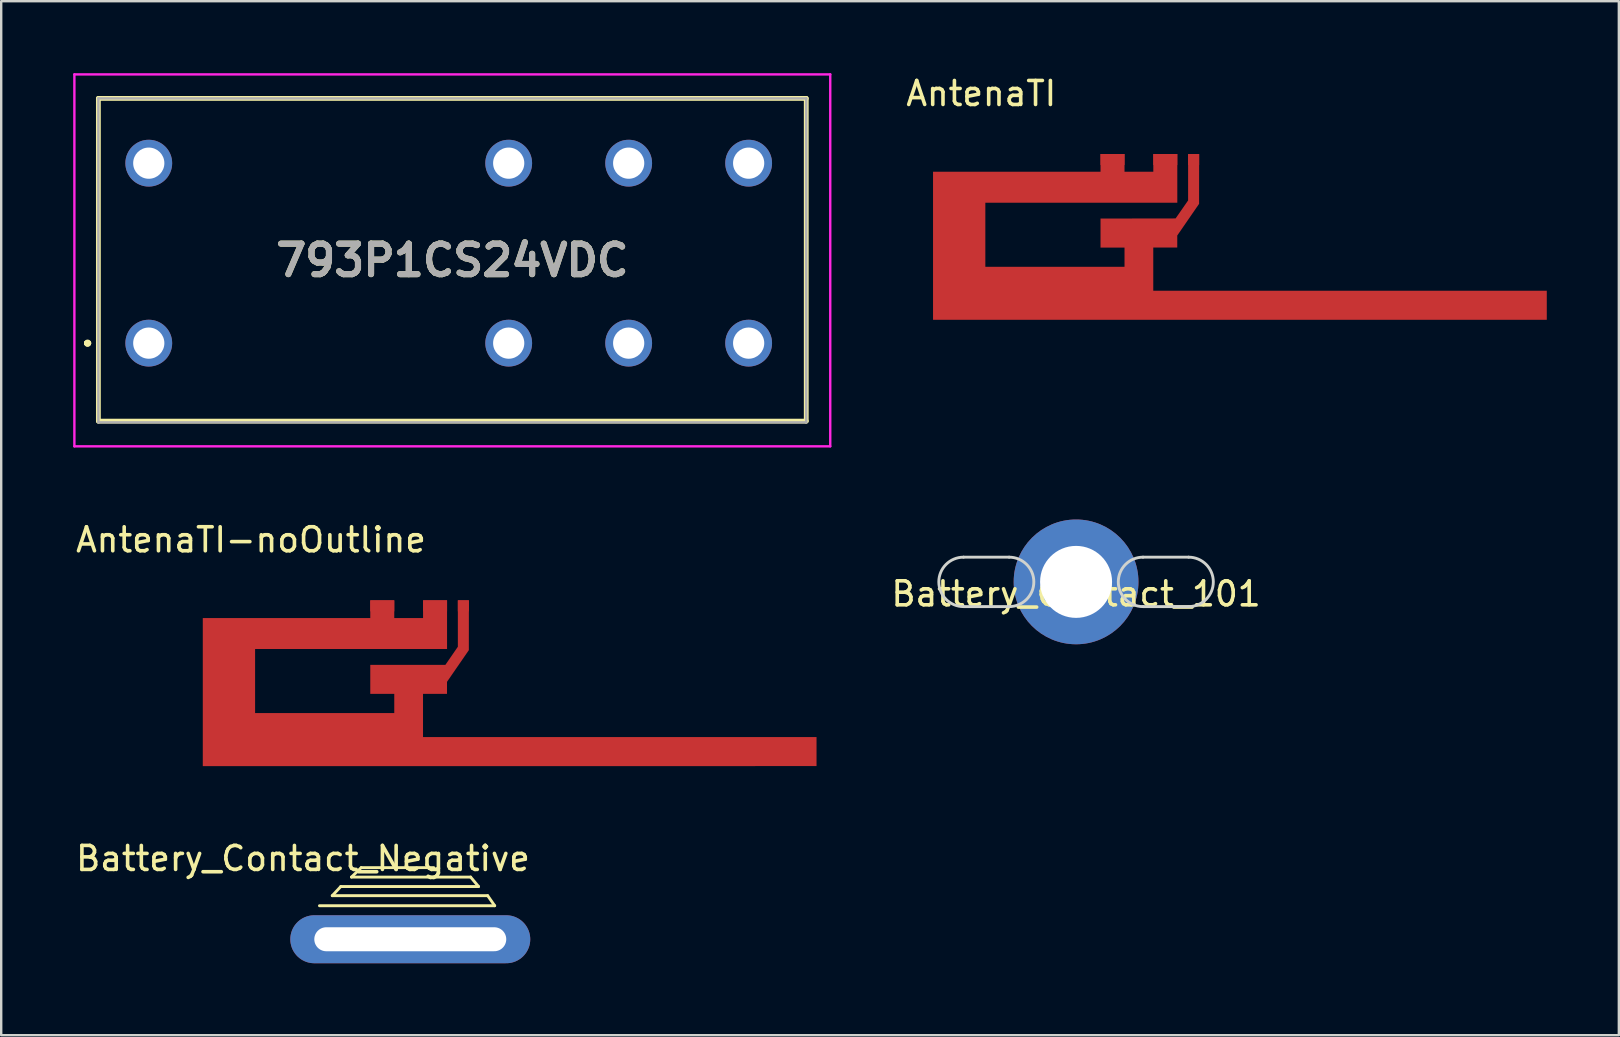
<source format=kicad_pcb>
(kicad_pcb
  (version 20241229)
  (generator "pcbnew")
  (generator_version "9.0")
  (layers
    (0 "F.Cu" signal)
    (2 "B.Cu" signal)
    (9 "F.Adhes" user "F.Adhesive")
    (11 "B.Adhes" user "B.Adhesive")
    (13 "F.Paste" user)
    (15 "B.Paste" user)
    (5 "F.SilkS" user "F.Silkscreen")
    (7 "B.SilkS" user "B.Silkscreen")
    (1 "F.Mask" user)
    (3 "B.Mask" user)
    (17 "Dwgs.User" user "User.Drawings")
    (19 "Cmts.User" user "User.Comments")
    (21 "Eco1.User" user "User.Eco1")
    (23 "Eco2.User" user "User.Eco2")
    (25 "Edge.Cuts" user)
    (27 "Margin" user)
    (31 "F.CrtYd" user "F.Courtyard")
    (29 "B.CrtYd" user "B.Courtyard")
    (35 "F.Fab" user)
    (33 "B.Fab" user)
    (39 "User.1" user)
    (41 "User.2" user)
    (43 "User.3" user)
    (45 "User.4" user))
  (footprint "AntenaTI-noOutline"
    (layer "F.Cu")
    (at 13.961 26.598)
    (property "Reference" "AntenaTI-noOutline" (at -6.55 -7.15 0) (layer "F.SilkS") (effects (font (size 1 1) (thickness 0.15))))
    (attr through_hole)
    (fp_poly (pts (xy -0.58 -4.63) (xy -0.58 -3.89) (xy 0.62 -3.89) (xy 0.62 -4.63) (xy 1.62 -4.63) (xy 1.62 -2.6) (xy -6.38 -2.6) (xy -6.38 0.07) (xy -0.58 0.07) (xy -0.58 -0.73) (xy -1.58 -0.73) (xy -1.58 -1.94) (xy 1.55 -1.94) (xy 2.07 -2.695) (xy 2.07 -4.63) (xy 2.53 -4.63) (xy 2.528 -2.553) (xy 1.618 -1.233) (xy 1.618 -0.731) (xy 0.618 -0.731) (xy 0.618 1.069) (xy 17.018 1.069) (xy 17.018 2.279) (xy -8.56 2.28) (xy -8.56 -3.89) (xy -1.58 -3.89) (xy -1.58 -4.63)) (stroke (width 0.001) (type solid)) (fill yes) (layer "F.Cu"))
    (pad "1" smd rect (at 2.3 -4.4) (size 0.46 0.46) (layers "F.Cu"))
    (pad "2" smd rect (at 1.12 -4.4) (size 1 0.46) (layers "F.Cu"))
    (pad "3" smd rect (at -1.08 -4.4) (size 1 0.46) (layers "F.Cu")))
  (footprint "Battery_Contact_101"
    (layer "F.Cu")
    (at 41.795 21.2)
    (property "Reference" "Battery_Contact_101" (at 0 0.5 0) (layer "F.SilkS") (effects (font (size 1 1) (thickness 0.15))))
    (attr through_hole)
    (fp_line (start -2.79 -1.03) (end -4.69 -1.03) (stroke (width 0.12) (type solid)) (layer "Edge.Cuts"))
    (fp_line (start -2.79 1.03) (end -4.69 1.03) (stroke (width 0.12) (type solid)) (layer "Edge.Cuts"))
    (fp_line (start 4.69 -1.03) (end 2.79 -1.03) (stroke (width 0.12) (type solid)) (layer "Edge.Cuts"))
    (fp_line (start 4.69 1.03) (end 2.79 1.03) (stroke (width 0.12) (type solid)) (layer "Edge.Cuts"))
    (fp_arc (start -4.69 1.03) (mid -5.72 0) (end -4.69 -1.03) (stroke (width 0.12) (type solid)) (layer "Edge.Cuts"))
    (fp_arc (start -2.79 -1.03) (mid -1.76 0) (end -2.79 1.03) (stroke (width 0.12) (type solid)) (layer "Edge.Cuts"))
    (fp_arc (start 2.79 1.03) (mid 1.76 0) (end 2.79 -1.03) (stroke (width 0.12) (type solid)) (layer "Edge.Cuts"))
    (fp_arc (start 4.69 -1.03) (mid 5.72 0) (end 4.69 1.03) (stroke (width 0.12) (type solid)) (layer "Edge.Cuts"))
    (pad "1" thru_hole circle (at 0 0) (size 5.2 5.2) (drill 3) (layers "*.Cu" "*.Mask")))
  (footprint "Battery_Contact_Negative"
    (layer "F.Cu")
    (at 14.048 36.093)
    (property "Reference" "Battery_Contact_Negative" (at -4.47 -3.365 0) (layer "F.SilkS") (effects (font (size 1 1) (thickness 0.15))))
    (attr through_hole)
    (fp_line (start -3.785 -1.397) (end 3.518 -1.397) (stroke (width 0.12) (type solid)) (layer "F.SilkS"))
    (fp_line (start -3.251 -1.816) (end -2.896 -2.197) (stroke (width 0.12) (type solid)) (layer "F.SilkS"))
    (fp_line (start -2.896 -2.197) (end 2.845 -2.197) (stroke (width 0.12) (type solid)) (layer "F.SilkS"))
    (fp_line (start -2.451 -2.591) (end -2.045 -2.985) (stroke (width 0.12) (type solid)) (layer "F.SilkS"))
    (fp_line (start -2.045 -2.985) (end 0.978 -2.985) (stroke (width 0.12) (type solid)) (layer "F.SilkS"))
    (fp_line (start 2.515 -2.591) (end -2.451 -2.591) (stroke (width 0.12) (type solid)) (layer "F.SilkS"))
    (fp_line (start 2.845 -2.197) (end 2.515 -2.591) (stroke (width 0.12) (type solid)) (layer "F.SilkS"))
    (fp_line (start 3.226 -1.816) (end -3.251 -1.816) (stroke (width 0.12) (type solid)) (layer "F.SilkS"))
    (fp_line (start 3.518 -1.397) (end 3.226 -1.816) (stroke (width 0.12) (type solid)) (layer "F.SilkS"))
    (pad "1" thru_hole oval (at 0 0) (size 10 2) (drill oval 8 1) (layers "*.Cu" "*.Mask")))
  (footprint "AntenaTI"
    (layer "F.Cu")
    (at 44.394 7.998)
    (property "Reference" "AntenaTI" (at -6.55 -7.15 0) (layer "F.SilkS") (effects (font (size 1 1) (thickness 0.15))))
    (attr through_hole)
    (fp_poly (pts (xy -0.58 -4.63) (xy -0.58 -3.89) (xy 0.62 -3.89) (xy 0.62 -4.63) (xy 1.62 -4.63) (xy 1.62 -2.6) (xy -6.38 -2.6) (xy -6.38 0.07) (xy -0.58 0.07) (xy -0.58 -0.73) (xy -1.58 -0.73) (xy -1.58 -1.94) (xy 1.549 -1.945) (xy 2.07 -2.695) (xy 2.07 -4.63) (xy 2.53 -4.63) (xy 2.528 -2.553) (xy 1.618 -1.233) (xy 1.618 -0.731) (xy 0.618 -0.731) (xy 0.618 1.069) (xy 17.018 1.069) (xy 17.018 2.279) (xy -8.56 2.28) (xy -8.56 -3.89) (xy -1.58 -3.89) (xy -1.58 -4.63)) (stroke (width 0.001) (type solid)) (fill yes) (layer "F.Cu"))
    (fp_line (start -8.56 -3.89) (end -1.58 -3.89) (stroke (width 0.001) (type solid)) (layer "Edge.Cuts"))
    (fp_line (start -8.56 2.28) (end -8.56 -3.89) (stroke (width 0.001) (type solid)) (layer "Edge.Cuts"))
    (fp_line (start -6.38 -2.6) (end -6.38 0.07) (stroke (width 0.001) (type solid)) (layer "Edge.Cuts"))
    (fp_line (start -6.38 0.07) (end -0.58 0.07) (stroke (width 0.001) (type solid)) (layer "Edge.Cuts"))
    (fp_line (start -1.58 -4.63) (end -0.58 -4.63) (stroke (width 0.001) (type solid)) (layer "Edge.Cuts"))
    (fp_line (start -1.58 -3.89) (end -1.58 -4.63) (stroke (width 0.001) (type solid)) (layer "Edge.Cuts"))
    (fp_line (start -1.58 -1.94) (end 1.549 -1.94) (stroke (width 0.001) (type solid)) (layer "Edge.Cuts"))
    (fp_line (start -1.58 -0.73) (end -1.58 -1.94) (stroke (width 0.001) (type solid)) (layer "Edge.Cuts"))
    (fp_line (start -0.58 -4.63) (end -0.58 -3.89) (stroke (width 0.001) (type solid)) (layer "Edge.Cuts"))
    (fp_line (start -0.58 -3.89) (end 0.62 -3.89) (stroke (width 0.001) (type solid)) (layer "Edge.Cuts"))
    (fp_line (start -0.58 -0.73) (end -1.58 -0.73) (stroke (width 0.001) (type solid)) (layer "Edge.Cuts"))
    (fp_line (start -0.58 0.07) (end -0.58 -0.73) (stroke (width 0.001) (type solid)) (layer "Edge.Cuts"))
    (fp_line (start 0.62 -4.63) (end 1.62 -4.63) (stroke (width 0.001) (type solid)) (layer "Edge.Cuts"))
    (fp_line (start 0.62 -3.89) (end 0.62 -4.63) (stroke (width 0.001) (type solid)) (layer "Edge.Cuts"))
    (fp_line (start 0.62 -0.73) (end 0.62 1.07) (stroke (width 0.001) (type solid)) (layer "Edge.Cuts"))
    (fp_line (start 0.62 1.07) (end 17.02 1.07) (stroke (width 0.001) (type solid)) (layer "Edge.Cuts"))
    (fp_line (start 1.549 -1.94) (end 2.07 -2.695) (stroke (width 0.001) (type solid)) (layer "Edge.Cuts"))
    (fp_line (start 1.62 -4.63) (end 1.62 -2.6) (stroke (width 0.001) (type solid)) (layer "Edge.Cuts"))
    (fp_line (start 1.62 -2.6) (end -6.38 -2.6) (stroke (width 0.001) (type solid)) (layer "Edge.Cuts"))
    (fp_line (start 1.62 -1.232) (end 1.62 -0.73) (stroke (width 0.001) (type solid)) (layer "Edge.Cuts"))
    (fp_line (start 1.62 -0.73) (end 0.62 -0.73) (stroke (width 0.001) (type solid)) (layer "Edge.Cuts"))
    (fp_line (start 2.07 -4.63) (end 2.53 -4.63) (stroke (width 0.001) (type solid)) (layer "Edge.Cuts"))
    (fp_line (start 2.07 -2.695) (end 2.07 -4.63) (stroke (width 0.001) (type solid)) (layer "Edge.Cuts"))
    (fp_line (start 2.53 -4.63) (end 2.53 -2.552) (stroke (width 0.001) (type solid)) (layer "Edge.Cuts"))
    (fp_line (start 2.53 -2.552) (end 1.62 -1.232) (stroke (width 0.001) (type solid)) (layer "Edge.Cuts"))
    (fp_line (start 17.02 1.07) (end 17.02 2.28) (stroke (width 0.001) (type solid)) (layer "Edge.Cuts"))
    (fp_line (start 17.02 2.28) (end -8.56 2.28) (stroke (width 0.001) (type solid)) (layer "Edge.Cuts"))
    (pad "1" smd rect (at 2.3 -4.4) (size 0.46 0.46) (layers "F.Cu"))
    (pad "2" smd rect (at 1.12 -4.4) (size 1 0.46) (layers "F.Cu"))
    (pad "3" smd rect (at -1.08 -4.4) (size 1 0.46) (layers "F.Cu")))
  (footprint "793P1CS24VDC"
    (layer "F.Cu")
    (at 3.15 11.25)
    (property "Reference" "793P1CS24VDC" (at 12.65 -3.45 0) (layer "F.SilkS") (effects (font (size 1.27 1.27) (thickness 0.254))))
    (attr through_hole)
    (fp_line (start -2.6 0) (end -2.6 0) (stroke (width 0.2) (type solid)) (layer "F.SilkS"))
    (fp_line (start -2.6 0) (end -2.6 0) (stroke (width 0.2) (type solid)) (layer "F.SilkS"))
    (fp_line (start -2.5 0) (end -2.5 0) (stroke (width 0.2) (type solid)) (layer "F.SilkS"))
    (fp_line (start -2.1 -10.2) (end 27.4 -10.2) (stroke (width 0.2) (type solid)) (layer "F.SilkS"))
    (fp_line (start -2.1 3.25) (end -2.1 -10.2) (stroke (width 0.2) (type solid)) (layer "F.SilkS"))
    (fp_line (start 27.4 -10.2) (end 27.4 3.25) (stroke (width 0.2) (type solid)) (layer "F.SilkS"))
    (fp_line (start 27.4 3.25) (end -2.1 3.25) (stroke (width 0.2) (type solid)) (layer "F.SilkS"))
    (fp_arc (start -2.6 0) (mid -2.55 -0.05) (end -2.5 0) (stroke (width 0.2) (type solid)) (layer "F.SilkS"))
    (fp_arc (start -2.5 0) (mid -2.55 0.05) (end -2.6 0) (stroke (width 0.2) (type solid)) (layer "F.SilkS"))
    (fp_arc (start -2.5 0) (mid -2.55 0.05) (end -2.6 0) (stroke (width 0.2) (type solid)) (layer "F.SilkS"))
    (fp_line (start -3.1 -11.2) (end -3.1 4.3) (stroke (width 0.1) (type solid)) (layer "F.CrtYd"))
    (fp_line (start -3.1 4.3) (end 28.4 4.3) (stroke (width 0.1) (type solid)) (layer "F.CrtYd"))
    (fp_line (start 28.4 -11.2) (end -3.1 -11.2) (stroke (width 0.1) (type solid)) (layer "F.CrtYd"))
    (fp_line (start 28.4 4.3) (end 28.4 -11.2) (stroke (width 0.1) (type solid)) (layer "F.CrtYd"))
    (fp_line (start -2.1 -10.2) (end 27.4 -10.2) (stroke (width 0.1) (type solid)) (layer "F.Fab"))
    (fp_line (start -2.1 3.3) (end -2.1 -10.2) (stroke (width 0.1) (type solid)) (layer "F.Fab"))
    (fp_line (start 27.4 -10.2) (end 27.4 3.3) (stroke (width 0.1) (type solid)) (layer "F.Fab"))
    (fp_line (start 27.4 3.3) (end -2.1 3.3) (stroke (width 0.1) (type solid)) (layer "F.Fab"))
    (fp_text user "${REFERENCE}" (at 12.65 -3.45 0) (layer "F.Fab") (effects (font (size 1.27 1.27) (thickness 0.254))))
    (pad "1" thru_hole circle (at 0 0) (size 1.95 1.95) (drill 1.3) (layers "*.Cu" "*.Mask"))
    (pad "2" thru_hole circle (at 15 0) (size 1.95 1.95) (drill 1.3) (layers "*.Cu" "*.Mask"))
    (pad "3" thru_hole circle (at 20 0) (size 1.95 1.95) (drill 1.3) (layers "*.Cu" "*.Mask"))
    (pad "4" thru_hole circle (at 25 0) (size 1.95 1.95) (drill 1.3) (layers "*.Cu" "*.Mask"))
    (pad "5" thru_hole circle (at 25 -7.5) (size 1.95 1.95) (drill 1.3) (layers "*.Cu" "*.Mask"))
    (pad "6" thru_hole circle (at 20 -7.5) (size 1.95 1.95) (drill 1.3) (layers "*.Cu" "*.Mask"))
    (pad "7" thru_hole circle (at 15 -7.5) (size 1.95 1.95) (drill 1.3) (layers "*.Cu" "*.Mask"))
    (pad "8" thru_hole circle (at 0 -7.5) (size 1.95 1.95) (drill 1.3) (layers "*.Cu" "*.Mask")))
  (gr_rect
    (start -3 -3)
    (end 64.415 40.093)
    (stroke (width 0.1) (type default))
    (fill no)
    (layer "Edge.Cuts")))
</source>
